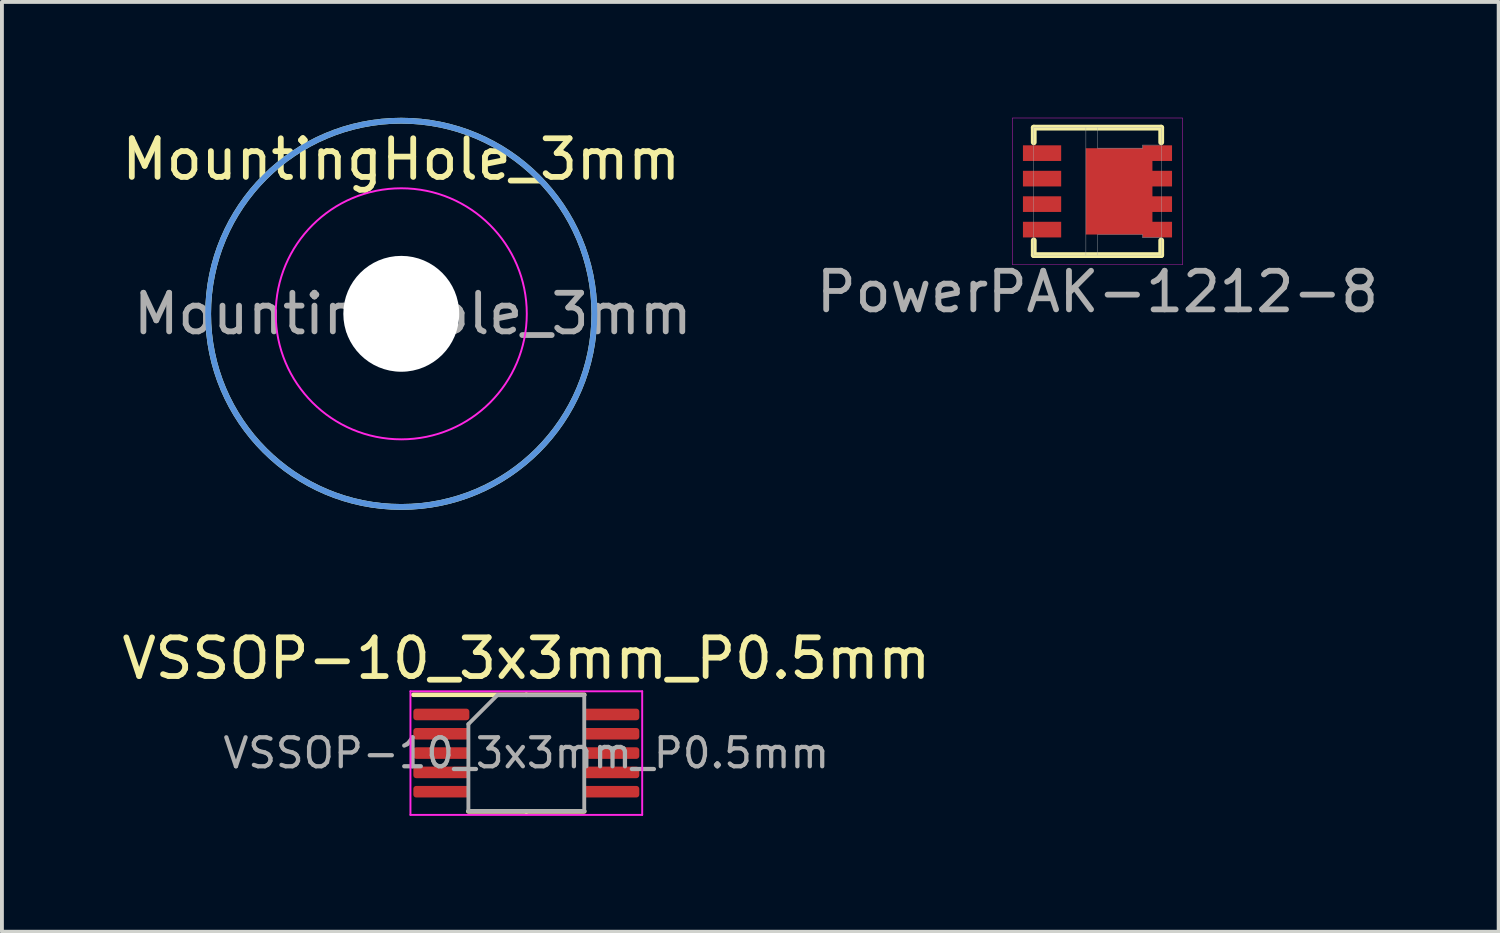
<source format=kicad_pcb>
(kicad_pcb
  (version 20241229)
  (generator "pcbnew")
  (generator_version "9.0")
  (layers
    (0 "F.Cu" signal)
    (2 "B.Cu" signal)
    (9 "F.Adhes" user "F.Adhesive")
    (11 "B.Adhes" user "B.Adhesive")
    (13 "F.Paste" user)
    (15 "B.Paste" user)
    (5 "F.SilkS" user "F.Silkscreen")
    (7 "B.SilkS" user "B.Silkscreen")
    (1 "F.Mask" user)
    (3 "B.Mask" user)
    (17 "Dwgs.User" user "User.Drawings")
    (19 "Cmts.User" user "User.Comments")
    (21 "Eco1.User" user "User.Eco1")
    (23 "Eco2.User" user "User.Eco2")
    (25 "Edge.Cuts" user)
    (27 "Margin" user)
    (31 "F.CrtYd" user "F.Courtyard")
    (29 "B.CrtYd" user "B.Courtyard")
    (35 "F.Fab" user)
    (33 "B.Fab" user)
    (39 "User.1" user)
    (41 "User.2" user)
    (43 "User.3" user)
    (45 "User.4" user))
  (footprint "PowerPAK-1212-8"
    (layer "F.Cu")
    (at 25.365 1.905)
    (property "Reference" "PowerPAK-1212-8" (at 0 2.6 0) (layer "F.Fab") (effects (font (size 1 1) (thickness 0.15))))
    (attr through_hole)
    (fp_line (start -1.65 -1.65) (end -1.65 -1.27) (stroke (width 0.15) (type solid)) (layer "F.SilkS"))
    (fp_line (start -1.65 1.65) (end -1.65 1.27) (stroke (width 0.15) (type solid)) (layer "F.SilkS"))
    (fp_line (start 1.65 -1.65) (end -1.65 -1.65) (stroke (width 0.15) (type solid)) (layer "F.SilkS"))
    (fp_line (start 1.65 -1.27) (end 1.65 -1.65) (stroke (width 0.15) (type solid)) (layer "F.SilkS"))
    (fp_line (start 1.65 1.27) (end 1.65 1.65) (stroke (width 0.15) (type solid)) (layer "F.SilkS"))
    (fp_line (start 1.65 1.65) (end -1.65 1.65) (stroke (width 0.15) (type solid)) (layer "F.SilkS"))
    (fp_line (start -2.2 -1.9) (end -2.2 1.9) (stroke (width 0.01) (type solid)) (layer "F.CrtYd"))
    (fp_line (start -2.2 1.9) (end 2.2 1.9) (stroke (width 0.01) (type solid)) (layer "F.CrtYd"))
    (fp_line (start 2.2 -1.9) (end -2.2 -1.9) (stroke (width 0.01) (type solid)) (layer "F.CrtYd"))
    (fp_line (start 2.2 1.9) (end 2.2 -1.9) (stroke (width 0.01) (type solid)) (layer "F.CrtYd"))
    (fp_line (start -1.65 -1.65) (end 1.65 -1.65) (stroke (width 0.01) (type solid)) (layer "F.Fab"))
    (fp_line (start -1.65 1.65) (end -1.65 -1.65) (stroke (width 0.01) (type solid)) (layer "F.Fab"))
    (fp_line (start -0.3 -1.65) (end -0.3 1.65) (stroke (width 0.01) (type solid)) (layer "F.Fab"))
    (fp_line (start 0 -1.65) (end 0 -1.12) (stroke (width 0.01) (type solid)) (layer "F.Fab"))
    (fp_line (start 0 -1.12) (end 1.17 -1.12) (stroke (width 0.01) (type solid)) (layer "F.Fab"))
    (fp_line (start 0 1.12) (end 1.17 1.12) (stroke (width 0.01) (type solid)) (layer "F.Fab"))
    (fp_line (start 0 1.65) (end 0 1.12) (stroke (width 0.01) (type solid)) (layer "F.Fab"))
    (fp_line (start 1.17 -1.2) (end 1.65 -1.2) (stroke (width 0.01) (type solid)) (layer "F.Fab"))
    (fp_line (start 1.17 -1.12) (end 1.17 -1.2) (stroke (width 0.01) (type solid)) (layer "F.Fab"))
    (fp_line (start 1.17 1.12) (end 1.17 1.2) (stroke (width 0.01) (type solid)) (layer "F.Fab"))
    (fp_line (start 1.17 1.2) (end 1.65 1.2) (stroke (width 0.01) (type solid)) (layer "F.Fab"))
    (fp_line (start 1.65 -1.65) (end 1.65 1.65) (stroke (width 0.01) (type solid)) (layer "F.Fab"))
    (fp_line (start 1.65 1.65) (end -1.65 1.65) (stroke (width 0.01) (type solid)) (layer "F.Fab"))
    (pad "1" smd rect (at -1.435 0.99) (size 0.99 0.405) (layers "F.Cu" "F.Mask" "F.Paste"))
    (pad "2" smd rect (at 0.56 0) (size 1.725 2.235) (layers "F.Cu" "F.Mask" "F.Paste"))
    (pad "2" smd rect (at 1.55 -0.99) (size 0.76 0.405) (layers "F.Cu" "F.Mask" "F.Paste"))
    (pad "2" smd rect (at 1.55 -0.33) (size 0.76 0.405) (layers "F.Cu" "F.Mask" "F.Paste"))
    (pad "2" smd rect (at 1.55 0.33) (size 0.76 0.405) (layers "F.Cu" "F.Mask" "F.Paste"))
    (pad "2" smd rect (at 1.55 0.99) (size 0.76 0.405) (layers "F.Cu" "F.Mask" "F.Paste"))
    (pad "3" smd rect (at -1.435 -0.99) (size 0.99 0.405) (layers "F.Cu" "F.Mask" "F.Paste"))
    (pad "3" smd rect (at -1.435 -0.33) (size 0.99 0.405) (layers "F.Cu" "F.Mask" "F.Paste"))
    (pad "3" smd rect (at -1.435 0.33) (size 0.99 0.405) (layers "F.Cu" "F.Mask" "F.Paste")))
  (footprint "VSSOP-10_3x3mm_P0.5mm"
    (layer "F.Cu")
    (at 10.577 16.448)
    (property "Reference" "VSSOP-10_3x3mm_P0.5mm" (at 0 -2.45 0) (layer "F.SilkS") (effects (font (size 1 1) (thickness 0.15))))
    (attr smd)
    (fp_line (start 0 -1.51) (end -2.925 -1.51) (stroke (width 0.12) (type solid)) (layer "F.SilkS"))
    (fp_line (start 0 -1.51) (end 1.5 -1.51) (stroke (width 0.12) (type solid)) (layer "F.SilkS"))
    (fp_line (start 0 1.51) (end -1.5 1.51) (stroke (width 0.12) (type solid)) (layer "F.SilkS"))
    (fp_line (start 0 1.51) (end 1.5 1.51) (stroke (width 0.12) (type solid)) (layer "F.SilkS"))
    (fp_line (start -3 -1.6) (end -3 1.6) (stroke (width 0.05) (type solid)) (layer "F.CrtYd"))
    (fp_line (start -3 1.6) (end 3 1.6) (stroke (width 0.05) (type solid)) (layer "F.CrtYd"))
    (fp_line (start 3 -1.6) (end -3 -1.6) (stroke (width 0.05) (type solid)) (layer "F.CrtYd"))
    (fp_line (start 3 1.6) (end 3 -1.6) (stroke (width 0.05) (type solid)) (layer "F.CrtYd"))
    (fp_line (start -1.5 -0.75) (end -0.75 -1.5) (stroke (width 0.1) (type solid)) (layer "F.Fab"))
    (fp_line (start -1.5 1.5) (end -1.5 -0.75) (stroke (width 0.1) (type solid)) (layer "F.Fab"))
    (fp_line (start -0.75 -1.5) (end 1.5 -1.5) (stroke (width 0.1) (type solid)) (layer "F.Fab"))
    (fp_line (start 1.5 -1.5) (end 1.5 1.5) (stroke (width 0.1) (type solid)) (layer "F.Fab"))
    (fp_line (start 1.5 1.5) (end -1.5 1.5) (stroke (width 0.1) (type solid)) (layer "F.Fab"))
    (fp_text user "${REFERENCE}" (at 0 0 0) (layer "F.Fab") (effects (font (size 0.75 0.75) (thickness 0.11))))
    (pad "1" smd roundrect (at -2.2 -1) (size 1.45 0.3) (layers "F.Cu" "F.Mask" "F.Paste") (roundrect_rratio 0.25))
    (pad "2" smd roundrect (at -2.2 -0.5) (size 1.45 0.3) (layers "F.Cu" "F.Mask" "F.Paste") (roundrect_rratio 0.25))
    (pad "3" smd roundrect (at -2.2 0) (size 1.45 0.3) (layers "F.Cu" "F.Mask" "F.Paste") (roundrect_rratio 0.25))
    (pad "4" smd roundrect (at -2.2 0.5) (size 1.45 0.3) (layers "F.Cu" "F.Mask" "F.Paste") (roundrect_rratio 0.25))
    (pad "5" smd roundrect (at -2.2 1) (size 1.45 0.3) (layers "F.Cu" "F.Mask" "F.Paste") (roundrect_rratio 0.25))
    (pad "6" smd roundrect (at 2.2 1) (size 1.45 0.3) (layers "F.Cu" "F.Mask" "F.Paste") (roundrect_rratio 0.25))
    (pad "7" smd roundrect (at 2.2 0.5) (size 1.45 0.3) (layers "F.Cu" "F.Mask" "F.Paste") (roundrect_rratio 0.25))
    (pad "8" smd roundrect (at 2.2 0) (size 1.45 0.3) (layers "F.Cu" "F.Mask" "F.Paste") (roundrect_rratio 0.25))
    (pad "9" smd roundrect (at 2.2 -0.5) (size 1.45 0.3) (layers "F.Cu" "F.Mask" "F.Paste") (roundrect_rratio 0.25))
    (pad "10" smd roundrect (at 2.2 -1) (size 1.45 0.3) (layers "F.Cu" "F.Mask" "F.Paste") (roundrect_rratio 0.25)))
  (footprint "MountingHole_3mm"
    (layer "F.Cu")
    (at 7.339 5.075)
    (property "Reference" "MountingHole_3mm" (at 0 -4 0) (layer "F.SilkS") (effects (font (size 1 1) (thickness 0.15))))
    (attr exclude_from_pos_files exclude_from_bom)
    (fp_circle (center 0 0) (end 5 0) (stroke (width 0.15) (type solid)) (fill no) (layer "F.SilkS"))
    (fp_circle (center 0 0) (end 5 0) (stroke (width 0.15) (type solid)) (fill no) (layer "Cmts.User"))
    (fp_circle (center 0 0) (end 3.25 0) (stroke (width 0.05) (type solid)) (fill no) (layer "F.CrtYd"))
    (fp_text user "${REFERENCE}" (at 0.3 0 0) (layer "F.Fab") (effects (font (size 1 1) (thickness 0.15))))
    (pad "" np_thru_hole circle (at 0 0) (size 3 3) (drill 3) (layers "*.Cu" "*.Mask")))
  (gr_rect
    (start -3 -3)
    (end 35.752 21.073)
    (stroke (width 0.1) (type default))
    (fill no)
    (layer "Edge.Cuts")))
</source>
